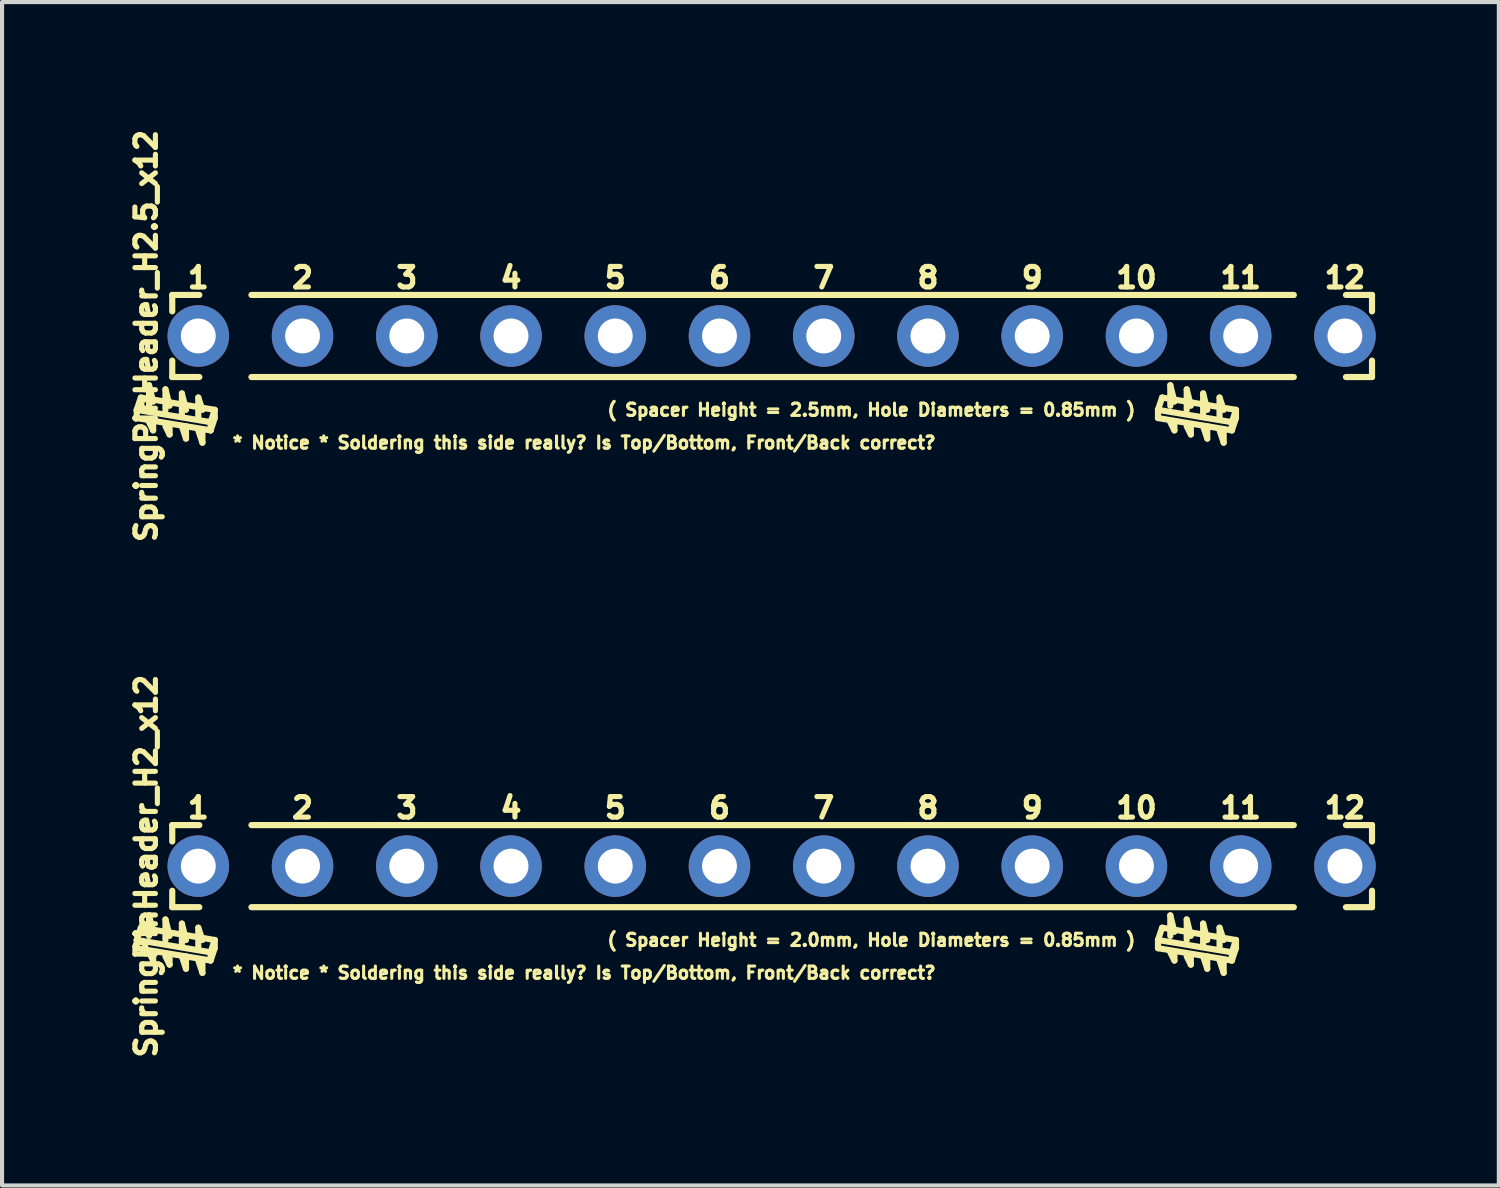
<source format=kicad_pcb>
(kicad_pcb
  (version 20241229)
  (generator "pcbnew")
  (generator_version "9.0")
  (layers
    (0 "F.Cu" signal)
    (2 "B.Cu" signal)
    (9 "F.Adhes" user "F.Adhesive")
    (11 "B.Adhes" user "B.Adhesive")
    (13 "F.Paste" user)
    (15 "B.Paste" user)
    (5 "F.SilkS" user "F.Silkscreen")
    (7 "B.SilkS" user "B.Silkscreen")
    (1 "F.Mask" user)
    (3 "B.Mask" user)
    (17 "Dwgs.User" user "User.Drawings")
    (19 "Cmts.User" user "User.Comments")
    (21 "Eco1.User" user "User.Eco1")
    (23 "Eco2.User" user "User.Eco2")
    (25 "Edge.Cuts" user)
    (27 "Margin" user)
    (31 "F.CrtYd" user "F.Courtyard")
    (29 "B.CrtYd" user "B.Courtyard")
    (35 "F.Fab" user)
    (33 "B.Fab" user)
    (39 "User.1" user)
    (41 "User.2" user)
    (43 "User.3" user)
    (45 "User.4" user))
  (footprint "SpringPinHeader_H2_x12"
    (layer "F.Cu")
    (at 1.782 18.055)
    (property "Reference" "SpringPinHeader_H2_x12" (at -1.27 0 90) (layer "F.SilkS") (effects (font (size 0.5 0.5) (thickness 0.125))))
    (attr through_hole)
    (fp_line (start -1.5 1.8) (end -1.5 2) (stroke (width 0.15) (type solid)) (layer "F.SilkS"))
    (fp_line (start -1.5 1.8) (end 0.3 2.1) (stroke (width 0.15) (type solid)) (layer "F.SilkS"))
    (fp_line (start -1.5 2) (end 0.3 2.3) (stroke (width 0.15) (type solid)) (layer "F.SilkS"))
    (fp_line (start -1.4 1.5) (end -1.5 1.8) (stroke (width 0.15) (type solid)) (layer "F.SilkS"))
    (fp_line (start -1.2 1.2) (end -1.1 1.6) (stroke (width 0.15) (type solid)) (layer "F.SilkS"))
    (fp_line (start -1.2 1.7) (end -1.2 1.2) (stroke (width 0.15) (type solid)) (layer "F.SilkS"))
    (fp_line (start -1.2 2.1) (end -1.1 2.3) (stroke (width 0.15) (type solid)) (layer "F.SilkS"))
    (fp_line (start -1.1 2.3) (end -1.1 2.1) (stroke (width 0.15) (type solid)) (layer "F.SilkS"))
    (fp_line (start -0.8 1.3) (end -0.7 1.7) (stroke (width 0.15) (type solid)) (layer "F.SilkS"))
    (fp_line (start -0.8 1.8) (end -0.8 1.3) (stroke (width 0.15) (type solid)) (layer "F.SilkS"))
    (fp_line (start -0.8 2.2) (end -0.7 2.4) (stroke (width 0.15) (type solid)) (layer "F.SilkS"))
    (fp_line (start -0.7 2.4) (end -0.7 2.2) (stroke (width 0.15) (type solid)) (layer "F.SilkS"))
    (fp_line (start -0.635 -1) (end -0.635 -0.6) (stroke (width 0.15) (type solid)) (layer "F.SilkS"))
    (fp_line (start -0.635 -1) (end 0.025 -1) (stroke (width 0.15) (type solid)) (layer "F.SilkS"))
    (fp_line (start -0.635 1) (end -0.635 0.6) (stroke (width 0.15) (type solid)) (layer "F.SilkS"))
    (fp_line (start -0.635 1) (end 0.025 1) (stroke (width 0.15) (type solid)) (layer "F.SilkS"))
    (fp_line (start -0.4 1.4) (end -0.3 1.8) (stroke (width 0.15) (type solid)) (layer "F.SilkS"))
    (fp_line (start -0.4 1.9) (end -0.4 1.4) (stroke (width 0.15) (type solid)) (layer "F.SilkS"))
    (fp_line (start -0.4 2.2) (end -0.3 2.5) (stroke (width 0.15) (type solid)) (layer "F.SilkS"))
    (fp_line (start -0.3 2.5) (end -0.3 2.2) (stroke (width 0.15) (type solid)) (layer "F.SilkS"))
    (fp_line (start 0 1.5) (end 0.1 1.8) (stroke (width 0.15) (type solid)) (layer "F.SilkS"))
    (fp_line (start 0 2) (end 0 1.5) (stroke (width 0.15) (type solid)) (layer "F.SilkS"))
    (fp_line (start 0 2.3) (end 0.1 2.6) (stroke (width 0.15) (type solid)) (layer "F.SilkS"))
    (fp_line (start 0.1 2.6) (end 0.1 2.3) (stroke (width 0.15) (type solid)) (layer "F.SilkS"))
    (fp_line (start 0.3 2.1) (end 0.4 1.8) (stroke (width 0.15) (type solid)) (layer "F.SilkS"))
    (fp_line (start 0.3 2.3) (end 0.3 2.1) (stroke (width 0.15) (type solid)) (layer "F.SilkS"))
    (fp_line (start 0.4 1.8) (end -1.4 1.5) (stroke (width 0.15) (type solid)) (layer "F.SilkS"))
    (fp_line (start 0.4 1.8) (end 0.4 2) (stroke (width 0.15) (type solid)) (layer "F.SilkS"))
    (fp_line (start 0.4 2) (end 0.3 2.3) (stroke (width 0.15) (type solid)) (layer "F.SilkS"))
    (fp_line (start 1.295 -1) (end 26.695 -1) (stroke (width 0.15) (type solid)) (layer "F.SilkS"))
    (fp_line (start 23.385 1.8) (end 23.385 2) (stroke (width 0.15) (type solid)) (layer "F.SilkS"))
    (fp_line (start 23.385 1.8) (end 25.185 2.1) (stroke (width 0.15) (type solid)) (layer "F.SilkS"))
    (fp_line (start 23.385 2) (end 25.185 2.3) (stroke (width 0.15) (type solid)) (layer "F.SilkS"))
    (fp_line (start 23.485 1.5) (end 23.385 1.8) (stroke (width 0.15) (type solid)) (layer "F.SilkS"))
    (fp_line (start 23.685 1.2) (end 23.785 1.6) (stroke (width 0.15) (type solid)) (layer "F.SilkS"))
    (fp_line (start 23.685 1.7) (end 23.685 1.2) (stroke (width 0.15) (type solid)) (layer "F.SilkS"))
    (fp_line (start 23.685 2.1) (end 23.785 2.3) (stroke (width 0.15) (type solid)) (layer "F.SilkS"))
    (fp_line (start 23.785 2.3) (end 23.785 2.1) (stroke (width 0.15) (type solid)) (layer "F.SilkS"))
    (fp_line (start 24.085 1.3) (end 24.185 1.7) (stroke (width 0.15) (type solid)) (layer "F.SilkS"))
    (fp_line (start 24.085 1.8) (end 24.085 1.3) (stroke (width 0.15) (type solid)) (layer "F.SilkS"))
    (fp_line (start 24.085 2.2) (end 24.185 2.4) (stroke (width 0.15) (type solid)) (layer "F.SilkS"))
    (fp_line (start 24.185 2.4) (end 24.185 2.2) (stroke (width 0.15) (type solid)) (layer "F.SilkS"))
    (fp_line (start 24.485 1.4) (end 24.585 1.8) (stroke (width 0.15) (type solid)) (layer "F.SilkS"))
    (fp_line (start 24.485 1.9) (end 24.485 1.4) (stroke (width 0.15) (type solid)) (layer "F.SilkS"))
    (fp_line (start 24.485 2.2) (end 24.585 2.5) (stroke (width 0.15) (type solid)) (layer "F.SilkS"))
    (fp_line (start 24.585 2.5) (end 24.585 2.2) (stroke (width 0.15) (type solid)) (layer "F.SilkS"))
    (fp_line (start 24.885 1.5) (end 24.985 1.8) (stroke (width 0.15) (type solid)) (layer "F.SilkS"))
    (fp_line (start 24.885 2) (end 24.885 1.5) (stroke (width 0.15) (type solid)) (layer "F.SilkS"))
    (fp_line (start 24.885 2.3) (end 24.985 2.6) (stroke (width 0.15) (type solid)) (layer "F.SilkS"))
    (fp_line (start 24.985 2.6) (end 24.985 2.3) (stroke (width 0.15) (type solid)) (layer "F.SilkS"))
    (fp_line (start 25.185 2.1) (end 25.285 1.8) (stroke (width 0.15) (type solid)) (layer "F.SilkS"))
    (fp_line (start 25.185 2.3) (end 25.185 2.1) (stroke (width 0.15) (type solid)) (layer "F.SilkS"))
    (fp_line (start 25.285 1.8) (end 23.485 1.5) (stroke (width 0.15) (type solid)) (layer "F.SilkS"))
    (fp_line (start 25.285 1.8) (end 25.285 2) (stroke (width 0.15) (type solid)) (layer "F.SilkS"))
    (fp_line (start 25.285 2) (end 25.185 2.3) (stroke (width 0.15) (type solid)) (layer "F.SilkS"))
    (fp_line (start 26.695 1) (end 1.295 1) (stroke (width 0.15) (type solid)) (layer "F.SilkS"))
    (fp_line (start 28.6 -1) (end 27.965 -1) (stroke (width 0.15) (type solid)) (layer "F.SilkS"))
    (fp_line (start 28.6 -1) (end 28.6 -0.6) (stroke (width 0.15) (type solid)) (layer "F.SilkS"))
    (fp_line (start 28.6 0.6) (end 28.6 1) (stroke (width 0.15) (type solid)) (layer "F.SilkS"))
    (fp_line (start 28.6 1) (end 27.965 1) (stroke (width 0.15) (type solid)) (layer "F.SilkS"))
    (fp_text user "2" (at 2.54 -1.42 0) (layer "F.SilkS") (effects (font (size 0.5 0.5) (thickness 0.125))))
    (fp_text user "11" (at 25.4 -1.42 0) (layer "F.SilkS") (effects (font (size 0.5 0.5) (thickness 0.125))))
    (fp_text user "3" (at 5.08 -1.42 0) (layer "F.SilkS") (effects (font (size 0.5 0.5) (thickness 0.125))))
    (fp_text user "8" (at 17.78 -1.42 0) (layer "F.SilkS") (effects (font (size 0.5 0.5) (thickness 0.125))))
    (fp_text user "6" (at 12.7 -1.42 0) (layer "F.SilkS") (effects (font (size 0.5 0.5) (thickness 0.125))))
    (fp_text user "12" (at 27.94 -1.42 0) (layer "F.SilkS") (effects (font (size 0.5 0.5) (thickness 0.125))))
    (fp_text user "10" (at 22.86 -1.42 0) (layer "F.SilkS") (effects (font (size 0.5 0.5) (thickness 0.125))))
    (fp_text user "* Notice * Soldering this side really? Is Top/Bottom, Front/Back correct?" (at 9.4 2.6 0) (layer "F.SilkS") (effects (font (size 0.3 0.3) (thickness 0.075))))
    (fp_text user "9" (at 20.32 -1.42 0) (layer "F.SilkS") (effects (font (size 0.5 0.5) (thickness 0.125))))
    (fp_text user "1" (at 0 -1.42 0) (layer "F.SilkS") (effects (font (size 0.5 0.5) (thickness 0.125))))
    (fp_text user "5" (at 10.16 -1.42 0) (layer "F.SilkS") (effects (font (size 0.5 0.5) (thickness 0.125))))
    (fp_text user "7" (at 15.24 -1.42 0) (layer "F.SilkS") (effects (font (size 0.5 0.5) (thickness 0.125))))
    (fp_text user "( Spacer Height = 2.0mm, Hole Diameters = 0.85mm )" (at 16.4 1.8 0) (layer "F.SilkS") (effects (font (size 0.3 0.3) (thickness 0.075))))
    (fp_text user "4" (at 7.62 -1.42 0) (layer "F.SilkS") (effects (font (size 0.5 0.5) (thickness 0.125))))
    (pad "1" thru_hole circle (at 0 0 90) (size 1.5 1.5) (drill 0.85) (layers "*.Cu" "*.Mask"))
    (pad "2" thru_hole circle (at 2.54 0) (size 1.5 1.5) (drill 0.85) (layers "*.Cu" "*.Mask"))
    (pad "3" thru_hole circle (at 5.08 0) (size 1.5 1.5) (drill 0.85) (layers "*.Cu" "*.Mask"))
    (pad "4" thru_hole circle (at 7.62 0) (size 1.5 1.5) (drill 0.85) (layers "*.Cu" "*.Mask"))
    (pad "5" thru_hole circle (at 10.16 0) (size 1.5 1.5) (drill 0.85) (layers "*.Cu" "*.Mask"))
    (pad "6" thru_hole circle (at 12.7 0) (size 1.5 1.5) (drill 0.85) (layers "*.Cu" "*.Mask"))
    (pad "7" thru_hole circle (at 15.24 0) (size 1.5 1.5) (drill 0.85) (layers "*.Cu" "*.Mask"))
    (pad "8" thru_hole circle (at 17.78 0) (size 1.5 1.5) (drill 0.85) (layers "*.Cu" "*.Mask"))
    (pad "9" thru_hole circle (at 20.32 0) (size 1.5 1.5) (drill 0.85) (layers "*.Cu" "*.Mask"))
    (pad "10" thru_hole circle (at 22.86 0) (size 1.5 1.5) (drill 0.85) (layers "*.Cu" "*.Mask"))
    (pad "11" thru_hole circle (at 25.4 0) (size 1.5 1.5) (drill 0.85) (layers "*.Cu" "*.Mask"))
    (pad "12" thru_hole circle (at 27.94 0) (size 1.5 1.5) (drill 0.85) (layers "*.Cu" "*.Mask")))
  (footprint "SpringPinHeader_H2.5_x12"
    (layer "F.Cu")
    (at 1.782 5.137)
    (property "Reference" "SpringPinHeader_H2.5_x12" (at -1.27 0 90) (layer "F.SilkS") (effects (font (size 0.5 0.5) (thickness 0.125))))
    (attr through_hole)
    (fp_line (start -1.5 1.8) (end -1.5 2) (stroke (width 0.15) (type solid)) (layer "F.SilkS"))
    (fp_line (start -1.5 1.8) (end 0.3 2.1) (stroke (width 0.15) (type solid)) (layer "F.SilkS"))
    (fp_line (start -1.5 2) (end 0.3 2.3) (stroke (width 0.15) (type solid)) (layer "F.SilkS"))
    (fp_line (start -1.4 1.5) (end -1.5 1.8) (stroke (width 0.15) (type solid)) (layer "F.SilkS"))
    (fp_line (start -1.2 1.2) (end -1.1 1.6) (stroke (width 0.15) (type solid)) (layer "F.SilkS"))
    (fp_line (start -1.2 1.7) (end -1.2 1.2) (stroke (width 0.15) (type solid)) (layer "F.SilkS"))
    (fp_line (start -1.2 2.1) (end -1.1 2.3) (stroke (width 0.15) (type solid)) (layer "F.SilkS"))
    (fp_line (start -1.1 2.3) (end -1.1 2.1) (stroke (width 0.15) (type solid)) (layer "F.SilkS"))
    (fp_line (start -0.8 1.3) (end -0.7 1.7) (stroke (width 0.15) (type solid)) (layer "F.SilkS"))
    (fp_line (start -0.8 1.8) (end -0.8 1.3) (stroke (width 0.15) (type solid)) (layer "F.SilkS"))
    (fp_line (start -0.8 2.2) (end -0.7 2.4) (stroke (width 0.15) (type solid)) (layer "F.SilkS"))
    (fp_line (start -0.7 2.4) (end -0.7 2.2) (stroke (width 0.15) (type solid)) (layer "F.SilkS"))
    (fp_line (start -0.635 -1) (end -0.635 -0.6) (stroke (width 0.15) (type solid)) (layer "F.SilkS"))
    (fp_line (start -0.635 -1) (end 0.025 -1) (stroke (width 0.15) (type solid)) (layer "F.SilkS"))
    (fp_line (start -0.635 1) (end -0.635 0.6) (stroke (width 0.15) (type solid)) (layer "F.SilkS"))
    (fp_line (start -0.635 1) (end 0.025 1) (stroke (width 0.15) (type solid)) (layer "F.SilkS"))
    (fp_line (start -0.4 1.4) (end -0.3 1.8) (stroke (width 0.15) (type solid)) (layer "F.SilkS"))
    (fp_line (start -0.4 1.9) (end -0.4 1.4) (stroke (width 0.15) (type solid)) (layer "F.SilkS"))
    (fp_line (start -0.4 2.2) (end -0.3 2.5) (stroke (width 0.15) (type solid)) (layer "F.SilkS"))
    (fp_line (start -0.3 2.5) (end -0.3 2.2) (stroke (width 0.15) (type solid)) (layer "F.SilkS"))
    (fp_line (start 0 1.5) (end 0.1 1.8) (stroke (width 0.15) (type solid)) (layer "F.SilkS"))
    (fp_line (start 0 2) (end 0 1.5) (stroke (width 0.15) (type solid)) (layer "F.SilkS"))
    (fp_line (start 0 2.3) (end 0.1 2.6) (stroke (width 0.15) (type solid)) (layer "F.SilkS"))
    (fp_line (start 0.1 2.6) (end 0.1 2.3) (stroke (width 0.15) (type solid)) (layer "F.SilkS"))
    (fp_line (start 0.3 2.1) (end 0.4 1.8) (stroke (width 0.15) (type solid)) (layer "F.SilkS"))
    (fp_line (start 0.3 2.3) (end 0.3 2.1) (stroke (width 0.15) (type solid)) (layer "F.SilkS"))
    (fp_line (start 0.4 1.8) (end -1.4 1.5) (stroke (width 0.15) (type solid)) (layer "F.SilkS"))
    (fp_line (start 0.4 1.8) (end 0.4 2) (stroke (width 0.15) (type solid)) (layer "F.SilkS"))
    (fp_line (start 0.4 2) (end 0.3 2.3) (stroke (width 0.15) (type solid)) (layer "F.SilkS"))
    (fp_line (start 1.295 -1) (end 26.695 -1) (stroke (width 0.15) (type solid)) (layer "F.SilkS"))
    (fp_line (start 23.385 1.8) (end 23.385 2) (stroke (width 0.15) (type solid)) (layer "F.SilkS"))
    (fp_line (start 23.385 1.8) (end 25.185 2.1) (stroke (width 0.15) (type solid)) (layer "F.SilkS"))
    (fp_line (start 23.385 2) (end 25.185 2.3) (stroke (width 0.15) (type solid)) (layer "F.SilkS"))
    (fp_line (start 23.485 1.5) (end 23.385 1.8) (stroke (width 0.15) (type solid)) (layer "F.SilkS"))
    (fp_line (start 23.685 1.2) (end 23.785 1.6) (stroke (width 0.15) (type solid)) (layer "F.SilkS"))
    (fp_line (start 23.685 1.7) (end 23.685 1.2) (stroke (width 0.15) (type solid)) (layer "F.SilkS"))
    (fp_line (start 23.685 2.1) (end 23.785 2.3) (stroke (width 0.15) (type solid)) (layer "F.SilkS"))
    (fp_line (start 23.785 2.3) (end 23.785 2.1) (stroke (width 0.15) (type solid)) (layer "F.SilkS"))
    (fp_line (start 24.085 1.3) (end 24.185 1.7) (stroke (width 0.15) (type solid)) (layer "F.SilkS"))
    (fp_line (start 24.085 1.8) (end 24.085 1.3) (stroke (width 0.15) (type solid)) (layer "F.SilkS"))
    (fp_line (start 24.085 2.2) (end 24.185 2.4) (stroke (width 0.15) (type solid)) (layer "F.SilkS"))
    (fp_line (start 24.185 2.4) (end 24.185 2.2) (stroke (width 0.15) (type solid)) (layer "F.SilkS"))
    (fp_line (start 24.485 1.4) (end 24.585 1.8) (stroke (width 0.15) (type solid)) (layer "F.SilkS"))
    (fp_line (start 24.485 1.9) (end 24.485 1.4) (stroke (width 0.15) (type solid)) (layer "F.SilkS"))
    (fp_line (start 24.485 2.2) (end 24.585 2.5) (stroke (width 0.15) (type solid)) (layer "F.SilkS"))
    (fp_line (start 24.585 2.5) (end 24.585 2.2) (stroke (width 0.15) (type solid)) (layer "F.SilkS"))
    (fp_line (start 24.885 1.5) (end 24.985 1.8) (stroke (width 0.15) (type solid)) (layer "F.SilkS"))
    (fp_line (start 24.885 2) (end 24.885 1.5) (stroke (width 0.15) (type solid)) (layer "F.SilkS"))
    (fp_line (start 24.885 2.3) (end 24.985 2.6) (stroke (width 0.15) (type solid)) (layer "F.SilkS"))
    (fp_line (start 24.985 2.6) (end 24.985 2.3) (stroke (width 0.15) (type solid)) (layer "F.SilkS"))
    (fp_line (start 25.185 2.1) (end 25.285 1.8) (stroke (width 0.15) (type solid)) (layer "F.SilkS"))
    (fp_line (start 25.185 2.3) (end 25.185 2.1) (stroke (width 0.15) (type solid)) (layer "F.SilkS"))
    (fp_line (start 25.285 1.8) (end 23.485 1.5) (stroke (width 0.15) (type solid)) (layer "F.SilkS"))
    (fp_line (start 25.285 1.8) (end 25.285 2) (stroke (width 0.15) (type solid)) (layer "F.SilkS"))
    (fp_line (start 25.285 2) (end 25.185 2.3) (stroke (width 0.15) (type solid)) (layer "F.SilkS"))
    (fp_line (start 26.695 1) (end 1.295 1) (stroke (width 0.15) (type solid)) (layer "F.SilkS"))
    (fp_line (start 28.6 -1) (end 27.965 -1) (stroke (width 0.15) (type solid)) (layer "F.SilkS"))
    (fp_line (start 28.6 -1) (end 28.6 -0.6) (stroke (width 0.15) (type solid)) (layer "F.SilkS"))
    (fp_line (start 28.6 0.6) (end 28.6 1) (stroke (width 0.15) (type solid)) (layer "F.SilkS"))
    (fp_line (start 28.6 1) (end 27.965 1) (stroke (width 0.15) (type solid)) (layer "F.SilkS"))
    (fp_text user "1" (at 0 -1.42 0) (layer "F.SilkS") (effects (font (size 0.5 0.5) (thickness 0.125))))
    (fp_text user "( Spacer Height = 2.5mm, Hole Diameters = 0.85mm )" (at 16.4 1.8 0) (layer "F.SilkS") (effects (font (size 0.3 0.3) (thickness 0.075))))
    (fp_text user "7" (at 15.24 -1.42 0) (layer "F.SilkS") (effects (font (size 0.5 0.5) (thickness 0.125))))
    (fp_text user "3" (at 5.08 -1.42 0) (layer "F.SilkS") (effects (font (size 0.5 0.5) (thickness 0.125))))
    (fp_text user "10" (at 22.86 -1.42 0) (layer "F.SilkS") (effects (font (size 0.5 0.5) (thickness 0.125))))
    (fp_text user "9" (at 20.32 -1.42 0) (layer "F.SilkS") (effects (font (size 0.5 0.5) (thickness 0.125))))
    (fp_text user "11" (at 25.4 -1.42 0) (layer "F.SilkS") (effects (font (size 0.5 0.5) (thickness 0.125))))
    (fp_text user "4" (at 7.62 -1.42 0) (layer "F.SilkS") (effects (font (size 0.5 0.5) (thickness 0.125))))
    (fp_text user "5" (at 10.16 -1.42 0) (layer "F.SilkS") (effects (font (size 0.5 0.5) (thickness 0.125))))
    (fp_text user "* Notice * Soldering this side really? Is Top/Bottom, Front/Back correct?" (at 9.4 2.6 0) (layer "F.SilkS") (effects (font (size 0.3 0.3) (thickness 0.075))))
    (fp_text user "8" (at 17.78 -1.42 0) (layer "F.SilkS") (effects (font (size 0.5 0.5) (thickness 0.125))))
    (fp_text user "12" (at 27.94 -1.42 0) (layer "F.SilkS") (effects (font (size 0.5 0.5) (thickness 0.125))))
    (fp_text user "2" (at 2.54 -1.42 0) (layer "F.SilkS") (effects (font (size 0.5 0.5) (thickness 0.125))))
    (fp_text user "6" (at 12.7 -1.42 0) (layer "F.SilkS") (effects (font (size 0.5 0.5) (thickness 0.125))))
    (pad "1" thru_hole circle (at 0 0 90) (size 1.5 1.5) (drill 0.85) (layers "*.Cu" "*.Mask"))
    (pad "2" thru_hole circle (at 2.54 0) (size 1.5 1.5) (drill 0.85) (layers "*.Cu" "*.Mask"))
    (pad "3" thru_hole circle (at 5.08 0) (size 1.5 1.5) (drill 0.85) (layers "*.Cu" "*.Mask"))
    (pad "4" thru_hole circle (at 7.62 0) (size 1.5 1.5) (drill 0.85) (layers "*.Cu" "*.Mask"))
    (pad "5" thru_hole circle (at 10.16 0) (size 1.5 1.5) (drill 0.85) (layers "*.Cu" "*.Mask"))
    (pad "6" thru_hole circle (at 12.7 0) (size 1.5 1.5) (drill 0.85) (layers "*.Cu" "*.Mask"))
    (pad "7" thru_hole circle (at 15.24 0) (size 1.5 1.5) (drill 0.85) (layers "*.Cu" "*.Mask"))
    (pad "8" thru_hole circle (at 17.78 0) (size 1.5 1.5) (drill 0.85) (layers "*.Cu" "*.Mask"))
    (pad "9" thru_hole circle (at 20.32 0) (size 1.5 1.5) (drill 0.85) (layers "*.Cu" "*.Mask"))
    (pad "10" thru_hole circle (at 22.86 0) (size 1.5 1.5) (drill 0.85) (layers "*.Cu" "*.Mask"))
    (pad "11" thru_hole circle (at 25.4 0) (size 1.5 1.5) (drill 0.85) (layers "*.Cu" "*.Mask"))
    (pad "12" thru_hole circle (at 27.94 0) (size 1.5 1.5) (drill 0.85) (layers "*.Cu" "*.Mask")))
  (gr_rect
    (start -3 -3)
    (end 33.472 25.836)
    (stroke (width 0.1) (type default))
    (fill no)
    (layer "Edge.Cuts")))
</source>
